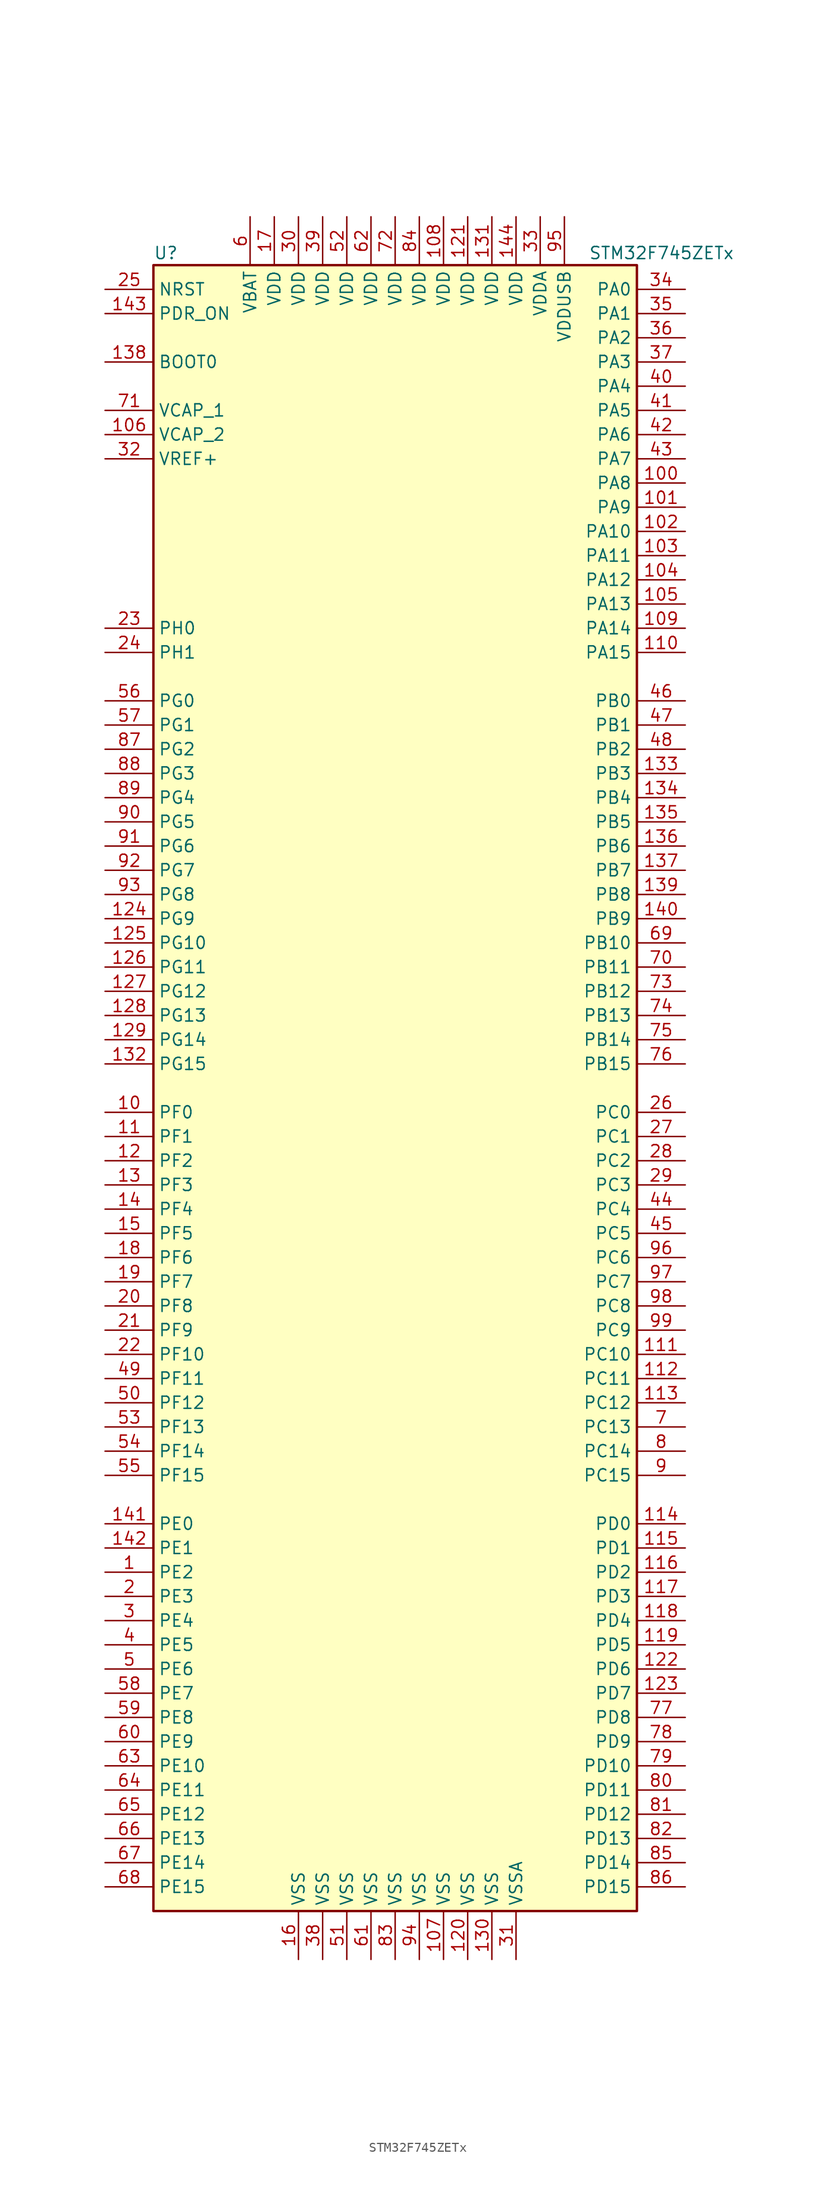
<source format=kicad_sym>
(kicad_symbol_lib
  (version 20201005)
  (generator kicad_symbol_editor)
  (symbol "STM32F745ZETx"
    (property "Reference" "U"
      (at -25.4 87.63 0)
      (effects (font (size 1.27 1.27)) (justify left)))
    (property "Value" "STM32F745ZETx"
      (at 20.32 87.63 0)
      (effects (font (size 1.27 1.27)) (justify left)))
    (symbol "STM32F745ZETx_0_1"
      (rectangle (start -25.4 -86.36) (end 25.4 86.36) (stroke (width 0.254)) (fill (type background))))
    (symbol "STM32F745ZETx_1_1"
      (pin input line (at -30.48 76.2 0) (length 5.08) (name "BOOT0" (effects (font (size 1.27 1.27)))) (number "138" (effects (font (size 1.27 1.27)))))
      (pin input line (at -30.48 83.82 0) (length 5.08) (name "NRST" (effects (font (size 1.27 1.27)))) (number "25" (effects (font (size 1.27 1.27)))))
      (pin bidirectional line (at 30.48 83.82 180) (length 5.08) (name "PA0" (effects (font (size 1.27 1.27)))) (number "34" (effects (font (size 1.27 1.27)))))
      (pin bidirectional line (at 30.48 81.28 180) (length 5.08) (name "PA1" (effects (font (size 1.27 1.27)))) (number "35" (effects (font (size 1.27 1.27)))))
      (pin bidirectional line (at 30.48 58.42 180) (length 5.08) (name "PA10" (effects (font (size 1.27 1.27)))) (number "102" (effects (font (size 1.27 1.27)))))
      (pin bidirectional line (at 30.48 55.88 180) (length 5.08) (name "PA11" (effects (font (size 1.27 1.27)))) (number "103" (effects (font (size 1.27 1.27)))))
      (pin bidirectional line (at 30.48 53.34 180) (length 5.08) (name "PA12" (effects (font (size 1.27 1.27)))) (number "104" (effects (font (size 1.27 1.27)))))
      (pin bidirectional line (at 30.48 50.8 180) (length 5.08) (name "PA13" (effects (font (size 1.27 1.27)))) (number "105" (effects (font (size 1.27 1.27)))))
      (pin bidirectional line (at 30.48 48.26 180) (length 5.08) (name "PA14" (effects (font (size 1.27 1.27)))) (number "109" (effects (font (size 1.27 1.27)))))
      (pin bidirectional line (at 30.48 45.72 180) (length 5.08) (name "PA15" (effects (font (size 1.27 1.27)))) (number "110" (effects (font (size 1.27 1.27)))))
      (pin bidirectional line (at 30.48 78.74 180) (length 5.08) (name "PA2" (effects (font (size 1.27 1.27)))) (number "36" (effects (font (size 1.27 1.27)))))
      (pin bidirectional line (at 30.48 76.2 180) (length 5.08) (name "PA3" (effects (font (size 1.27 1.27)))) (number "37" (effects (font (size 1.27 1.27)))))
      (pin bidirectional line (at 30.48 73.66 180) (length 5.08) (name "PA4" (effects (font (size 1.27 1.27)))) (number "40" (effects (font (size 1.27 1.27)))))
      (pin bidirectional line (at 30.48 71.12 180) (length 5.08) (name "PA5" (effects (font (size 1.27 1.27)))) (number "41" (effects (font (size 1.27 1.27)))))
      (pin bidirectional line (at 30.48 68.58 180) (length 5.08) (name "PA6" (effects (font (size 1.27 1.27)))) (number "42" (effects (font (size 1.27 1.27)))))
      (pin bidirectional line (at 30.48 66.04 180) (length 5.08) (name "PA7" (effects (font (size 1.27 1.27)))) (number "43" (effects (font (size 1.27 1.27)))))
      (pin bidirectional line (at 30.48 63.5 180) (length 5.08) (name "PA8" (effects (font (size 1.27 1.27)))) (number "100" (effects (font (size 1.27 1.27)))))
      (pin bidirectional line (at 30.48 60.96 180) (length 5.08) (name "PA9" (effects (font (size 1.27 1.27)))) (number "101" (effects (font (size 1.27 1.27)))))
      (pin bidirectional line (at 30.48 40.64 180) (length 5.08) (name "PB0" (effects (font (size 1.27 1.27)))) (number "46" (effects (font (size 1.27 1.27)))))
      (pin bidirectional line (at 30.48 38.1 180) (length 5.08) (name "PB1" (effects (font (size 1.27 1.27)))) (number "47" (effects (font (size 1.27 1.27)))))
      (pin bidirectional line (at 30.48 15.24 180) (length 5.08) (name "PB10" (effects (font (size 1.27 1.27)))) (number "69" (effects (font (size 1.27 1.27)))))
      (pin bidirectional line (at 30.48 12.7 180) (length 5.08) (name "PB11" (effects (font (size 1.27 1.27)))) (number "70" (effects (font (size 1.27 1.27)))))
      (pin bidirectional line (at 30.48 10.16 180) (length 5.08) (name "PB12" (effects (font (size 1.27 1.27)))) (number "73" (effects (font (size 1.27 1.27)))))
      (pin bidirectional line (at 30.48 7.62 180) (length 5.08) (name "PB13" (effects (font (size 1.27 1.27)))) (number "74" (effects (font (size 1.27 1.27)))))
      (pin bidirectional line (at 30.48 5.08 180) (length 5.08) (name "PB14" (effects (font (size 1.27 1.27)))) (number "75" (effects (font (size 1.27 1.27)))))
      (pin bidirectional line (at 30.48 2.54 180) (length 5.08) (name "PB15" (effects (font (size 1.27 1.27)))) (number "76" (effects (font (size 1.27 1.27)))))
      (pin bidirectional line (at 30.48 35.56 180) (length 5.08) (name "PB2" (effects (font (size 1.27 1.27)))) (number "48" (effects (font (size 1.27 1.27)))))
      (pin bidirectional line (at 30.48 33.02 180) (length 5.08) (name "PB3" (effects (font (size 1.27 1.27)))) (number "133" (effects (font (size 1.27 1.27)))))
      (pin bidirectional line (at 30.48 30.48 180) (length 5.08) (name "PB4" (effects (font (size 1.27 1.27)))) (number "134" (effects (font (size 1.27 1.27)))))
      (pin bidirectional line (at 30.48 27.94 180) (length 5.08) (name "PB5" (effects (font (size 1.27 1.27)))) (number "135" (effects (font (size 1.27 1.27)))))
      (pin bidirectional line (at 30.48 25.4 180) (length 5.08) (name "PB6" (effects (font (size 1.27 1.27)))) (number "136" (effects (font (size 1.27 1.27)))))
      (pin bidirectional line (at 30.48 22.86 180) (length 5.08) (name "PB7" (effects (font (size 1.27 1.27)))) (number "137" (effects (font (size 1.27 1.27)))))
      (pin bidirectional line (at 30.48 20.32 180) (length 5.08) (name "PB8" (effects (font (size 1.27 1.27)))) (number "139" (effects (font (size 1.27 1.27)))))
      (pin bidirectional line (at 30.48 17.78 180) (length 5.08) (name "PB9" (effects (font (size 1.27 1.27)))) (number "140" (effects (font (size 1.27 1.27)))))
      (pin bidirectional line (at 30.48 -2.54 180) (length 5.08) (name "PC0" (effects (font (size 1.27 1.27)))) (number "26" (effects (font (size 1.27 1.27)))))
      (pin bidirectional line (at 30.48 -5.08 180) (length 5.08) (name "PC1" (effects (font (size 1.27 1.27)))) (number "27" (effects (font (size 1.27 1.27)))))
      (pin bidirectional line (at 30.48 -27.94 180) (length 5.08) (name "PC10" (effects (font (size 1.27 1.27)))) (number "111" (effects (font (size 1.27 1.27)))))
      (pin bidirectional line (at 30.48 -30.48 180) (length 5.08) (name "PC11" (effects (font (size 1.27 1.27)))) (number "112" (effects (font (size 1.27 1.27)))))
      (pin bidirectional line (at 30.48 -33.02 180) (length 5.08) (name "PC12" (effects (font (size 1.27 1.27)))) (number "113" (effects (font (size 1.27 1.27)))))
      (pin bidirectional line (at 30.48 -35.56 180) (length 5.08) (name "PC13" (effects (font (size 1.27 1.27)))) (number "7" (effects (font (size 1.27 1.27)))))
      (pin bidirectional line (at 30.48 -38.1 180) (length 5.08) (name "PC14" (effects (font (size 1.27 1.27)))) (number "8" (effects (font (size 1.27 1.27)))))
      (pin bidirectional line (at 30.48 -40.64 180) (length 5.08) (name "PC15" (effects (font (size 1.27 1.27)))) (number "9" (effects (font (size 1.27 1.27)))))
      (pin bidirectional line (at 30.48 -7.62 180) (length 5.08) (name "PC2" (effects (font (size 1.27 1.27)))) (number "28" (effects (font (size 1.27 1.27)))))
      (pin bidirectional line (at 30.48 -10.16 180) (length 5.08) (name "PC3" (effects (font (size 1.27 1.27)))) (number "29" (effects (font (size 1.27 1.27)))))
      (pin bidirectional line (at 30.48 -12.7 180) (length 5.08) (name "PC4" (effects (font (size 1.27 1.27)))) (number "44" (effects (font (size 1.27 1.27)))))
      (pin bidirectional line (at 30.48 -15.24 180) (length 5.08) (name "PC5" (effects (font (size 1.27 1.27)))) (number "45" (effects (font (size 1.27 1.27)))))
      (pin bidirectional line (at 30.48 -17.78 180) (length 5.08) (name "PC6" (effects (font (size 1.27 1.27)))) (number "96" (effects (font (size 1.27 1.27)))))
      (pin bidirectional line (at 30.48 -20.32 180) (length 5.08) (name "PC7" (effects (font (size 1.27 1.27)))) (number "97" (effects (font (size 1.27 1.27)))))
      (pin bidirectional line (at 30.48 -22.86 180) (length 5.08) (name "PC8" (effects (font (size 1.27 1.27)))) (number "98" (effects (font (size 1.27 1.27)))))
      (pin bidirectional line (at 30.48 -25.4 180) (length 5.08) (name "PC9" (effects (font (size 1.27 1.27)))) (number "99" (effects (font (size 1.27 1.27)))))
      (pin bidirectional line (at 30.48 -45.72 180) (length 5.08) (name "PD0" (effects (font (size 1.27 1.27)))) (number "114" (effects (font (size 1.27 1.27)))))
      (pin bidirectional line (at 30.48 -48.26 180) (length 5.08) (name "PD1" (effects (font (size 1.27 1.27)))) (number "115" (effects (font (size 1.27 1.27)))))
      (pin bidirectional line (at 30.48 -71.12 180) (length 5.08) (name "PD10" (effects (font (size 1.27 1.27)))) (number "79" (effects (font (size 1.27 1.27)))))
      (pin bidirectional line (at 30.48 -73.66 180) (length 5.08) (name "PD11" (effects (font (size 1.27 1.27)))) (number "80" (effects (font (size 1.27 1.27)))))
      (pin bidirectional line (at 30.48 -76.2 180) (length 5.08) (name "PD12" (effects (font (size 1.27 1.27)))) (number "81" (effects (font (size 1.27 1.27)))))
      (pin bidirectional line (at 30.48 -78.74 180) (length 5.08) (name "PD13" (effects (font (size 1.27 1.27)))) (number "82" (effects (font (size 1.27 1.27)))))
      (pin bidirectional line (at 30.48 -81.28 180) (length 5.08) (name "PD14" (effects (font (size 1.27 1.27)))) (number "85" (effects (font (size 1.27 1.27)))))
      (pin bidirectional line (at 30.48 -83.82 180) (length 5.08) (name "PD15" (effects (font (size 1.27 1.27)))) (number "86" (effects (font (size 1.27 1.27)))))
      (pin bidirectional line (at 30.48 -50.8 180) (length 5.08) (name "PD2" (effects (font (size 1.27 1.27)))) (number "116" (effects (font (size 1.27 1.27)))))
      (pin bidirectional line (at 30.48 -53.34 180) (length 5.08) (name "PD3" (effects (font (size 1.27 1.27)))) (number "117" (effects (font (size 1.27 1.27)))))
      (pin bidirectional line (at 30.48 -55.88 180) (length 5.08) (name "PD4" (effects (font (size 1.27 1.27)))) (number "118" (effects (font (size 1.27 1.27)))))
      (pin bidirectional line (at 30.48 -58.42 180) (length 5.08) (name "PD5" (effects (font (size 1.27 1.27)))) (number "119" (effects (font (size 1.27 1.27)))))
      (pin bidirectional line (at 30.48 -60.96 180) (length 5.08) (name "PD6" (effects (font (size 1.27 1.27)))) (number "122" (effects (font (size 1.27 1.27)))))
      (pin bidirectional line (at 30.48 -63.5 180) (length 5.08) (name "PD7" (effects (font (size 1.27 1.27)))) (number "123" (effects (font (size 1.27 1.27)))))
      (pin bidirectional line (at 30.48 -66.04 180) (length 5.08) (name "PD8" (effects (font (size 1.27 1.27)))) (number "77" (effects (font (size 1.27 1.27)))))
      (pin bidirectional line (at 30.48 -68.58 180) (length 5.08) (name "PD9" (effects (font (size 1.27 1.27)))) (number "78" (effects (font (size 1.27 1.27)))))
      (pin input line (at -30.48 81.28 0) (length 5.08) (name "PDR_ON" (effects (font (size 1.27 1.27)))) (number "143" (effects (font (size 1.27 1.27)))))
      (pin bidirectional line (at -30.48 -45.72 0) (length 5.08) (name "PE0" (effects (font (size 1.27 1.27)))) (number "141" (effects (font (size 1.27 1.27)))))
      (pin bidirectional line (at -30.48 -48.26 0) (length 5.08) (name "PE1" (effects (font (size 1.27 1.27)))) (number "142" (effects (font (size 1.27 1.27)))))
      (pin bidirectional line (at -30.48 -71.12 0) (length 5.08) (name "PE10" (effects (font (size 1.27 1.27)))) (number "63" (effects (font (size 1.27 1.27)))))
      (pin bidirectional line (at -30.48 -73.66 0) (length 5.08) (name "PE11" (effects (font (size 1.27 1.27)))) (number "64" (effects (font (size 1.27 1.27)))))
      (pin bidirectional line (at -30.48 -76.2 0) (length 5.08) (name "PE12" (effects (font (size 1.27 1.27)))) (number "65" (effects (font (size 1.27 1.27)))))
      (pin bidirectional line (at -30.48 -78.74 0) (length 5.08) (name "PE13" (effects (font (size 1.27 1.27)))) (number "66" (effects (font (size 1.27 1.27)))))
      (pin bidirectional line (at -30.48 -81.28 0) (length 5.08) (name "PE14" (effects (font (size 1.27 1.27)))) (number "67" (effects (font (size 1.27 1.27)))))
      (pin bidirectional line (at -30.48 -83.82 0) (length 5.08) (name "PE15" (effects (font (size 1.27 1.27)))) (number "68" (effects (font (size 1.27 1.27)))))
      (pin bidirectional line (at -30.48 -50.8 0) (length 5.08) (name "PE2" (effects (font (size 1.27 1.27)))) (number "1" (effects (font (size 1.27 1.27)))))
      (pin bidirectional line (at -30.48 -53.34 0) (length 5.08) (name "PE3" (effects (font (size 1.27 1.27)))) (number "2" (effects (font (size 1.27 1.27)))))
      (pin bidirectional line (at -30.48 -55.88 0) (length 5.08) (name "PE4" (effects (font (size 1.27 1.27)))) (number "3" (effects (font (size 1.27 1.27)))))
      (pin bidirectional line (at -30.48 -58.42 0) (length 5.08) (name "PE5" (effects (font (size 1.27 1.27)))) (number "4" (effects (font (size 1.27 1.27)))))
      (pin bidirectional line (at -30.48 -60.96 0) (length 5.08) (name "PE6" (effects (font (size 1.27 1.27)))) (number "5" (effects (font (size 1.27 1.27)))))
      (pin bidirectional line (at -30.48 -63.5 0) (length 5.08) (name "PE7" (effects (font (size 1.27 1.27)))) (number "58" (effects (font (size 1.27 1.27)))))
      (pin bidirectional line (at -30.48 -66.04 0) (length 5.08) (name "PE8" (effects (font (size 1.27 1.27)))) (number "59" (effects (font (size 1.27 1.27)))))
      (pin bidirectional line (at -30.48 -68.58 0) (length 5.08) (name "PE9" (effects (font (size 1.27 1.27)))) (number "60" (effects (font (size 1.27 1.27)))))
      (pin bidirectional line (at -30.48 -2.54 0) (length 5.08) (name "PF0" (effects (font (size 1.27 1.27)))) (number "10" (effects (font (size 1.27 1.27)))))
      (pin bidirectional line (at -30.48 -5.08 0) (length 5.08) (name "PF1" (effects (font (size 1.27 1.27)))) (number "11" (effects (font (size 1.27 1.27)))))
      (pin bidirectional line (at -30.48 -27.94 0) (length 5.08) (name "PF10" (effects (font (size 1.27 1.27)))) (number "22" (effects (font (size 1.27 1.27)))))
      (pin bidirectional line (at -30.48 -30.48 0) (length 5.08) (name "PF11" (effects (font (size 1.27 1.27)))) (number "49" (effects (font (size 1.27 1.27)))))
      (pin bidirectional line (at -30.48 -33.02 0) (length 5.08) (name "PF12" (effects (font (size 1.27 1.27)))) (number "50" (effects (font (size 1.27 1.27)))))
      (pin bidirectional line (at -30.48 -35.56 0) (length 5.08) (name "PF13" (effects (font (size 1.27 1.27)))) (number "53" (effects (font (size 1.27 1.27)))))
      (pin bidirectional line (at -30.48 -38.1 0) (length 5.08) (name "PF14" (effects (font (size 1.27 1.27)))) (number "54" (effects (font (size 1.27 1.27)))))
      (pin bidirectional line (at -30.48 -40.64 0) (length 5.08) (name "PF15" (effects (font (size 1.27 1.27)))) (number "55" (effects (font (size 1.27 1.27)))))
      (pin bidirectional line (at -30.48 -7.62 0) (length 5.08) (name "PF2" (effects (font (size 1.27 1.27)))) (number "12" (effects (font (size 1.27 1.27)))))
      (pin bidirectional line (at -30.48 -10.16 0) (length 5.08) (name "PF3" (effects (font (size 1.27 1.27)))) (number "13" (effects (font (size 1.27 1.27)))))
      (pin bidirectional line (at -30.48 -12.7 0) (length 5.08) (name "PF4" (effects (font (size 1.27 1.27)))) (number "14" (effects (font (size 1.27 1.27)))))
      (pin bidirectional line (at -30.48 -15.24 0) (length 5.08) (name "PF5" (effects (font (size 1.27 1.27)))) (number "15" (effects (font (size 1.27 1.27)))))
      (pin bidirectional line (at -30.48 -17.78 0) (length 5.08) (name "PF6" (effects (font (size 1.27 1.27)))) (number "18" (effects (font (size 1.27 1.27)))))
      (pin bidirectional line (at -30.48 -20.32 0) (length 5.08) (name "PF7" (effects (font (size 1.27 1.27)))) (number "19" (effects (font (size 1.27 1.27)))))
      (pin bidirectional line (at -30.48 -22.86 0) (length 5.08) (name "PF8" (effects (font (size 1.27 1.27)))) (number "20" (effects (font (size 1.27 1.27)))))
      (pin bidirectional line (at -30.48 -25.4 0) (length 5.08) (name "PF9" (effects (font (size 1.27 1.27)))) (number "21" (effects (font (size 1.27 1.27)))))
      (pin bidirectional line (at -30.48 40.64 0) (length 5.08) (name "PG0" (effects (font (size 1.27 1.27)))) (number "56" (effects (font (size 1.27 1.27)))))
      (pin bidirectional line (at -30.48 38.1 0) (length 5.08) (name "PG1" (effects (font (size 1.27 1.27)))) (number "57" (effects (font (size 1.27 1.27)))))
      (pin bidirectional line (at -30.48 15.24 0) (length 5.08) (name "PG10" (effects (font (size 1.27 1.27)))) (number "125" (effects (font (size 1.27 1.27)))))
      (pin bidirectional line (at -30.48 12.7 0) (length 5.08) (name "PG11" (effects (font (size 1.27 1.27)))) (number "126" (effects (font (size 1.27 1.27)))))
      (pin bidirectional line (at -30.48 10.16 0) (length 5.08) (name "PG12" (effects (font (size 1.27 1.27)))) (number "127" (effects (font (size 1.27 1.27)))))
      (pin bidirectional line (at -30.48 7.62 0) (length 5.08) (name "PG13" (effects (font (size 1.27 1.27)))) (number "128" (effects (font (size 1.27 1.27)))))
      (pin bidirectional line (at -30.48 5.08 0) (length 5.08) (name "PG14" (effects (font (size 1.27 1.27)))) (number "129" (effects (font (size 1.27 1.27)))))
      (pin bidirectional line (at -30.48 2.54 0) (length 5.08) (name "PG15" (effects (font (size 1.27 1.27)))) (number "132" (effects (font (size 1.27 1.27)))))
      (pin bidirectional line (at -30.48 35.56 0) (length 5.08) (name "PG2" (effects (font (size 1.27 1.27)))) (number "87" (effects (font (size 1.27 1.27)))))
      (pin bidirectional line (at -30.48 33.02 0) (length 5.08) (name "PG3" (effects (font (size 1.27 1.27)))) (number "88" (effects (font (size 1.27 1.27)))))
      (pin bidirectional line (at -30.48 30.48 0) (length 5.08) (name "PG4" (effects (font (size 1.27 1.27)))) (number "89" (effects (font (size 1.27 1.27)))))
      (pin bidirectional line (at -30.48 27.94 0) (length 5.08) (name "PG5" (effects (font (size 1.27 1.27)))) (number "90" (effects (font (size 1.27 1.27)))))
      (pin bidirectional line (at -30.48 25.4 0) (length 5.08) (name "PG6" (effects (font (size 1.27 1.27)))) (number "91" (effects (font (size 1.27 1.27)))))
      (pin bidirectional line (at -30.48 22.86 0) (length 5.08) (name "PG7" (effects (font (size 1.27 1.27)))) (number "92" (effects (font (size 1.27 1.27)))))
      (pin bidirectional line (at -30.48 20.32 0) (length 5.08) (name "PG8" (effects (font (size 1.27 1.27)))) (number "93" (effects (font (size 1.27 1.27)))))
      (pin bidirectional line (at -30.48 17.78 0) (length 5.08) (name "PG9" (effects (font (size 1.27 1.27)))) (number "124" (effects (font (size 1.27 1.27)))))
      (pin input line (at -30.48 48.26 0) (length 5.08) (name "PH0" (effects (font (size 1.27 1.27)))) (number "23" (effects (font (size 1.27 1.27)))))
      (pin input line (at -30.48 45.72 0) (length 5.08) (name "PH1" (effects (font (size 1.27 1.27)))) (number "24" (effects (font (size 1.27 1.27)))))
      (pin power_in line (at -15.24 91.44 270) (length 5.08) (name "VBAT" (effects (font (size 1.27 1.27)))) (number "6" (effects (font (size 1.27 1.27)))))
      (pin power_in line (at -30.48 71.12 0) (length 5.08) (name "VCAP_1" (effects (font (size 1.27 1.27)))) (number "71" (effects (font (size 1.27 1.27)))))
      (pin power_in line (at -30.48 68.58 0) (length 5.08) (name "VCAP_2" (effects (font (size 1.27 1.27)))) (number "106" (effects (font (size 1.27 1.27)))))
      (pin power_in line (at 5.08 91.44 270) (length 5.08) (name "VDD" (effects (font (size 1.27 1.27)))) (number "108" (effects (font (size 1.27 1.27)))))
      (pin power_in line (at 7.62 91.44 270) (length 5.08) (name "VDD" (effects (font (size 1.27 1.27)))) (number "121" (effects (font (size 1.27 1.27)))))
      (pin power_in line (at 10.16 91.44 270) (length 5.08) (name "VDD" (effects (font (size 1.27 1.27)))) (number "131" (effects (font (size 1.27 1.27)))))
      (pin power_in line (at 12.7 91.44 270) (length 5.08) (name "VDD" (effects (font (size 1.27 1.27)))) (number "144" (effects (font (size 1.27 1.27)))))
      (pin power_in line (at -12.7 91.44 270) (length 5.08) (name "VDD" (effects (font (size 1.27 1.27)))) (number "17" (effects (font (size 1.27 1.27)))))
      (pin power_in line (at -10.16 91.44 270) (length 5.08) (name "VDD" (effects (font (size 1.27 1.27)))) (number "30" (effects (font (size 1.27 1.27)))))
      (pin power_in line (at -7.62 91.44 270) (length 5.08) (name "VDD" (effects (font (size 1.27 1.27)))) (number "39" (effects (font (size 1.27 1.27)))))
      (pin power_in line (at -5.08 91.44 270) (length 5.08) (name "VDD" (effects (font (size 1.27 1.27)))) (number "52" (effects (font (size 1.27 1.27)))))
      (pin power_in line (at -2.54 91.44 270) (length 5.08) (name "VDD" (effects (font (size 1.27 1.27)))) (number "62" (effects (font (size 1.27 1.27)))))
      (pin power_in line (at 0 91.44 270) (length 5.08) (name "VDD" (effects (font (size 1.27 1.27)))) (number "72" (effects (font (size 1.27 1.27)))))
      (pin power_in line (at 2.54 91.44 270) (length 5.08) (name "VDD" (effects (font (size 1.27 1.27)))) (number "84" (effects (font (size 1.27 1.27)))))
      (pin power_in line (at 15.24 91.44 270) (length 5.08) (name "VDDA" (effects (font (size 1.27 1.27)))) (number "33" (effects (font (size 1.27 1.27)))))
      (pin power_in line (at 17.78 91.44 270) (length 5.08) (name "VDDUSB" (effects (font (size 1.27 1.27)))) (number "95" (effects (font (size 1.27 1.27)))))
      (pin power_in line (at -30.48 66.04 0) (length 5.08) (name "VREF+" (effects (font (size 1.27 1.27)))) (number "32" (effects (font (size 1.27 1.27)))))
      (pin power_in line (at 5.08 -91.44 90) (length 5.08) (name "VSS" (effects (font (size 1.27 1.27)))) (number "107" (effects (font (size 1.27 1.27)))))
      (pin power_in line (at 7.62 -91.44 90) (length 5.08) (name "VSS" (effects (font (size 1.27 1.27)))) (number "120" (effects (font (size 1.27 1.27)))))
      (pin power_in line (at 10.16 -91.44 90) (length 5.08) (name "VSS" (effects (font (size 1.27 1.27)))) (number "130" (effects (font (size 1.27 1.27)))))
      (pin power_in line (at -10.16 -91.44 90) (length 5.08) (name "VSS" (effects (font (size 1.27 1.27)))) (number "16" (effects (font (size 1.27 1.27)))))
      (pin power_in line (at -7.62 -91.44 90) (length 5.08) (name "VSS" (effects (font (size 1.27 1.27)))) (number "38" (effects (font (size 1.27 1.27)))))
      (pin power_in line (at -5.08 -91.44 90) (length 5.08) (name "VSS" (effects (font (size 1.27 1.27)))) (number "51" (effects (font (size 1.27 1.27)))))
      (pin power_in line (at -2.54 -91.44 90) (length 5.08) (name "VSS" (effects (font (size 1.27 1.27)))) (number "61" (effects (font (size 1.27 1.27)))))
      (pin power_in line (at 0 -91.44 90) (length 5.08) (name "VSS" (effects (font (size 1.27 1.27)))) (number "83" (effects (font (size 1.27 1.27)))))
      (pin power_in line (at 2.54 -91.44 90) (length 5.08) (name "VSS" (effects (font (size 1.27 1.27)))) (number "94" (effects (font (size 1.27 1.27)))))
      (pin power_in line (at 12.7 -91.44 90) (length 5.08) (name "VSSA" (effects (font (size 1.27 1.27)))) (number "31" (effects (font (size 1.27 1.27))))))))
</source>
